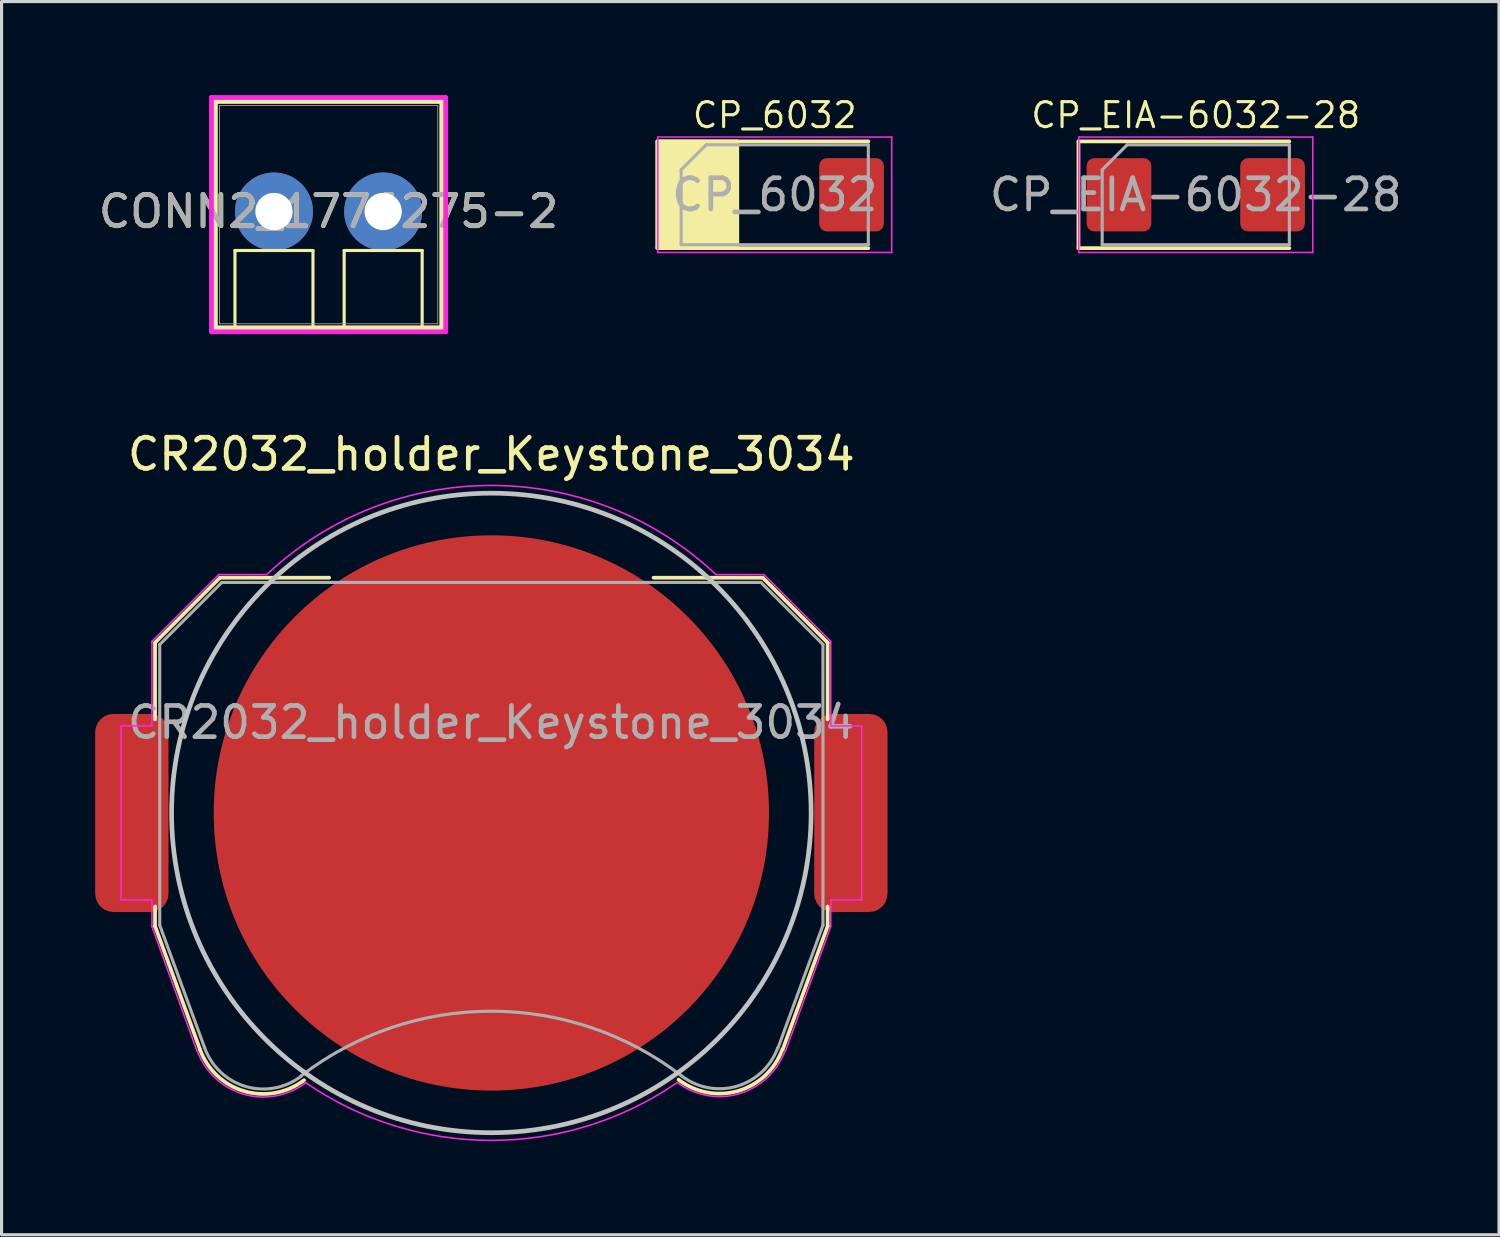
<source format=kicad_pcb>
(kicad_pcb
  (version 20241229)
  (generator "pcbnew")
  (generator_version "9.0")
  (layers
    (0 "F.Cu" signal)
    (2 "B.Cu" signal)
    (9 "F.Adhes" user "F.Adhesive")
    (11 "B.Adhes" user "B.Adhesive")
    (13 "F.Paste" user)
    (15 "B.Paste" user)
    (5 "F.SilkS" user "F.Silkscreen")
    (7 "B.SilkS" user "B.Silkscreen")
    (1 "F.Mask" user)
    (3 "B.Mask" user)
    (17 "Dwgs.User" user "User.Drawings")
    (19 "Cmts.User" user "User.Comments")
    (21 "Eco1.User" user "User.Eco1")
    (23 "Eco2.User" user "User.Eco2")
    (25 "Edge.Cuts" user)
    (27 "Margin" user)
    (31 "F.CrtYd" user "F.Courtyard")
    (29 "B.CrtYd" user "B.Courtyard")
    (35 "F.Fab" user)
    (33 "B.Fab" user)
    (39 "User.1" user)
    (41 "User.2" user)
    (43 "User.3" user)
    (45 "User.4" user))
  (footprint "CR2032_holder_Keystone_3034"
    (layer "F.Cu")
    (at 12.7 23.009)
    (property "Reference" "CR2032_holder_Keystone_3034" (at 0 -11.5 0) (layer "F.SilkS") (effects (font (size 1 1) (thickness 0.15))))
    (attr smd)
    (fp_line (start -10.78 -5.46) (end -10.78 -3) (stroke (width 0.12) (type solid)) (layer "F.SilkS"))
    (fp_line (start -10.78 3) (end -10.78 3.63) (stroke (width 0.12) (type solid)) (layer "F.SilkS"))
    (fp_line (start -10.78 3.63) (end -9.34 7.58) (stroke (width 0.12) (type solid)) (layer "F.SilkS"))
    (fp_line (start -8.7 -7.54) (end -10.78 -5.46) (stroke (width 0.12) (type solid)) (layer "F.SilkS"))
    (fp_line (start -5.2 -7.54) (end -8.7 -7.54) (stroke (width 0.12) (type solid)) (layer "F.SilkS"))
    (fp_line (start 8.7 -7.54) (end 5.2 -7.54) (stroke (width 0.12) (type solid)) (layer "F.SilkS"))
    (fp_line (start 8.7 -7.54) (end 10.78 -5.46) (stroke (width 0.12) (type solid)) (layer "F.SilkS"))
    (fp_line (start 10.78 -5.46) (end 10.78 -3) (stroke (width 0.12) (type solid)) (layer "F.SilkS"))
    (fp_line (start 10.78 3) (end 10.78 3.63) (stroke (width 0.12) (type solid)) (layer "F.SilkS"))
    (fp_line (start 10.78 3.63) (end 9.34 7.58) (stroke (width 0.12) (type solid)) (layer "F.SilkS"))
    (fp_arc (start -6.003354 8.56653) (mid -7.921654 8.918738) (end -9.34 7.58) (stroke (width 0.12) (type solid)) (layer "F.SilkS"))
    (fp_arc (start 9.325243 7.588169) (mid 7.90634 8.911668) (end 6 8.55) (stroke (width 0.12) (type solid)) (layer "F.SilkS"))
    (fp_circle (center 0 0) (end 0 10.25) (stroke (width 0.15) (type solid)) (fill no) (layer "Dwgs.User"))
    (fp_line (start -11.87 -2.79) (end -11.87 2.79) (stroke (width 0.05) (type solid)) (layer "F.CrtYd"))
    (fp_line (start -11.87 2.79) (end -10.88 2.79) (stroke (width 0.05) (type solid)) (layer "F.CrtYd"))
    (fp_line (start -10.88 -5.5) (end -10.88 -2.79) (stroke (width 0.05) (type solid)) (layer "F.CrtYd"))
    (fp_line (start -10.88 -2.79) (end -11.87 -2.79) (stroke (width 0.05) (type solid)) (layer "F.CrtYd"))
    (fp_line (start -10.88 2.79) (end -10.88 3.64) (stroke (width 0.05) (type solid)) (layer "F.CrtYd"))
    (fp_line (start -10.88 3.64) (end -9.44 7.62) (stroke (width 0.05) (type solid)) (layer "F.CrtYd"))
    (fp_line (start -8.74 -7.64) (end -10.88 -5.5) (stroke (width 0.05) (type solid)) (layer "F.CrtYd"))
    (fp_line (start -7.2 -7.64) (end -8.74 -7.64) (stroke (width 0.05) (type solid)) (layer "F.CrtYd"))
    (fp_line (start 8.74 -7.64) (end 7.2 -7.64) (stroke (width 0.05) (type solid)) (layer "F.CrtYd"))
    (fp_line (start 9.43 7.63) (end 10.88 3.64) (stroke (width 0.05) (type solid)) (layer "F.CrtYd"))
    (fp_line (start 10.88 -5.5) (end 8.74 -7.64) (stroke (width 0.05) (type solid)) (layer "F.CrtYd"))
    (fp_line (start 10.88 -2.79) (end 10.88 -5.5) (stroke (width 0.05) (type solid)) (layer "F.CrtYd"))
    (fp_line (start 10.88 2.79) (end 11.87 2.79) (stroke (width 0.05) (type solid)) (layer "F.CrtYd"))
    (fp_line (start 10.88 3.64) (end 10.88 2.79) (stroke (width 0.05) (type solid)) (layer "F.CrtYd"))
    (fp_line (start 11.87 -2.79) (end 10.88 -2.79) (stroke (width 0.05) (type solid)) (layer "F.CrtYd"))
    (fp_line (start 11.87 2.79) (end 11.87 -2.79) (stroke (width 0.05) (type solid)) (layer "F.CrtYd"))
    (fp_arc (start -7.199546 -7.640427) (mid 0.000312 -10.498075) (end 7.2 -7.64) (stroke (width 0.05) (type solid)) (layer "F.CrtYd"))
    (fp_arc (start -5.956965 8.654604) (mid -7.953941 9.011629) (end -9.43 7.62) (stroke (width 0.05) (type solid)) (layer "F.CrtYd"))
    (fp_arc (start 5.945368 8.650075) (mid -0.008883 10.496243) (end -5.96 8.64) (stroke (width 0.05) (type solid)) (layer "F.CrtYd"))
    (fp_arc (start 9.415144 7.621341) (mid 7.944017 9.000493) (end 5.96 8.64) (stroke (width 0.05) (type solid)) (layer "F.CrtYd"))
    (fp_line (start -10.63 -5.4) (end -8.64 -7.39) (stroke (width 0.1) (type solid)) (layer "F.Fab"))
    (fp_line (start -10.63 3.6) (end -10.63 -5.4) (stroke (width 0.1) (type solid)) (layer "F.Fab"))
    (fp_line (start -9.19 7.53) (end -10.63 3.6) (stroke (width 0.1) (type solid)) (layer "F.Fab"))
    (fp_line (start -8.64 -7.39) (end 8.64 -7.39) (stroke (width 0.1) (type solid)) (layer "F.Fab"))
    (fp_line (start 8.64 -7.39) (end 10.63 -5.4) (stroke (width 0.1) (type solid)) (layer "F.Fab"))
    (fp_line (start 10.63 -5.4) (end 10.63 3.6) (stroke (width 0.1) (type solid)) (layer "F.Fab"))
    (fp_line (start 10.63 3.6) (end 9.19 7.53) (stroke (width 0.1) (type solid)) (layer "F.Fab"))
    (fp_arc (start -6.096146 8.438508) (mid -7.87328 8.768206) (end -9.19 7.53) (stroke (width 0.1) (type solid)) (layer "F.Fab"))
    (fp_arc (start -6.094852 8.426043) (mid 0.003247 6.355257) (end 6.1 8.43) (stroke (width 0.1) (type solid)) (layer "F.Fab"))
    (fp_arc (start 9.180727 7.528882) (mid 7.868698 8.760067) (end 6.1 8.43) (stroke (width 0.1) (type solid)) (layer "F.Fab"))
    (fp_text user "${REFERENCE}" (at 0 -2.9 0) (layer "F.Fab") (effects (font (size 1 1) (thickness 0.15))))
    (pad "1" smd roundrect (at -11.525 0) (size 2.35 6.35) (layers "F.Cu" "F.Mask" "F.Paste") (roundrect_rratio 0.25))
    (pad "1" smd roundrect (at 11.525 0) (size 2.35 6.35) (layers "F.Cu" "F.Mask" "F.Paste") (roundrect_rratio 0.25))
    (pad "2" smd circle (at 0 0) (size 17.8 17.8) (layers "F.Cu" "F.Mask")))
  (footprint "CP_6032"
    (layer "F.Cu")
    (at 21.784 3.193)
    (property "Reference" "CP_6032" (at 0 -2.55 0) (layer "F.SilkS") (effects (font (size 0.8 0.8) (thickness 0.1))))
    (attr smd)
    (fp_line (start -3.76 -1.71) (end -3.76 1.71) (stroke (width 0.12) (type solid)) (layer "F.SilkS"))
    (fp_line (start -3.76 1.71) (end 3 1.71) (stroke (width 0.12) (type solid)) (layer "F.SilkS"))
    (fp_line (start 3 -1.71) (end -3.76 -1.71) (stroke (width 0.12) (type solid)) (layer "F.SilkS"))
    (fp_rect (start -3.76 -1.71) (end -1.2 1.71) (stroke (width 0.12) (type solid)) (fill yes) (layer "F.SilkS"))
    (fp_line (start -3.75 -1.85) (end 3.75 -1.85) (stroke (width 0.05) (type solid)) (layer "F.CrtYd"))
    (fp_line (start -3.75 1.85) (end -3.75 -1.85) (stroke (width 0.05) (type solid)) (layer "F.CrtYd"))
    (fp_line (start 3.75 -1.85) (end 3.75 1.85) (stroke (width 0.05) (type solid)) (layer "F.CrtYd"))
    (fp_line (start 3.75 1.85) (end -3.75 1.85) (stroke (width 0.05) (type solid)) (layer "F.CrtYd"))
    (fp_line (start -3 -0.8) (end -3 1.6) (stroke (width 0.1) (type solid)) (layer "F.Fab"))
    (fp_line (start -3 1.6) (end 3 1.6) (stroke (width 0.1) (type solid)) (layer "F.Fab"))
    (fp_line (start -2.2 -1.6) (end -3 -0.8) (stroke (width 0.1) (type solid)) (layer "F.Fab"))
    (fp_line (start 3 -1.6) (end -2.2 -1.6) (stroke (width 0.1) (type solid)) (layer "F.Fab"))
    (fp_line (start 3 1.6) (end 3 -1.6) (stroke (width 0.1) (type solid)) (layer "F.Fab"))
    (fp_text user "${REFERENCE}" (at 0 0 0) (layer "F.Fab") (effects (font (size 1 1) (thickness 0.15))))
    (pad "1" smd roundrect (at -2.462 0) (size 2.075 2.35) (layers "F.Cu" "F.Mask" "F.Paste") (roundrect_rratio 0.12))
    (pad "2" smd roundrect (at 2.462 0) (size 2.075 2.35) (layers "F.Cu" "F.Mask" "F.Paste") (roundrect_rratio 0.12)))
  (footprint "CONN2_1776275-2"
    (layer "F.Cu")
    (at 5.732 3.73)
    (property "Reference" "CONN2_1776275-2" (at 1.75 0 0) (unlocked yes) (layer "F.SilkS") (effects (font (size 1 1) (thickness 0.15))))
    (attr through_hole)
    (fp_line (start -1.877 -3.527) (end -1.877 3.727) (stroke (width 0.152) (type solid)) (layer "F.SilkS"))
    (fp_line (start -1.877 3.727) (end 5.377 3.727) (stroke (width 0.152) (type solid)) (layer "F.SilkS"))
    (fp_line (start -1.25 1.25) (end 1.25 1.25) (stroke (width 0.1) (type default)) (layer "F.SilkS"))
    (fp_line (start -1.25 3.725) (end -1.25 1.25) (stroke (width 0.1) (type default)) (layer "F.SilkS"))
    (fp_line (start 1.25 1.25) (end 1.25 3.725) (stroke (width 0.1) (type default)) (layer "F.SilkS"))
    (fp_line (start 2.25 1.25) (end 4.75 1.25) (stroke (width 0.1) (type default)) (layer "F.SilkS"))
    (fp_line (start 2.25 3.725) (end 2.25 1.25) (stroke (width 0.1) (type default)) (layer "F.SilkS"))
    (fp_line (start 4.75 1.25) (end 4.75 3.725) (stroke (width 0.1) (type default)) (layer "F.SilkS"))
    (fp_line (start 5.377 -3.527) (end -1.877 -3.527) (stroke (width 0.152) (type solid)) (layer "F.SilkS"))
    (fp_line (start 5.377 3.727) (end 5.377 -3.527) (stroke (width 0.152) (type solid)) (layer "F.SilkS"))
    (fp_line (start -2.004 -3.654) (end -2.004 3.854) (stroke (width 0.152) (type solid)) (layer "F.CrtYd"))
    (fp_line (start -2.004 3.854) (end 5.504 3.854) (stroke (width 0.152) (type solid)) (layer "F.CrtYd"))
    (fp_line (start 5.504 -3.654) (end -2.004 -3.654) (stroke (width 0.152) (type solid)) (layer "F.CrtYd"))
    (fp_line (start 5.504 3.854) (end 5.504 -3.654) (stroke (width 0.152) (type solid)) (layer "F.CrtYd"))
    (fp_line (start -1.75 -3.4) (end -1.75 3.6) (stroke (width 0.025) (type solid)) (layer "F.Fab"))
    (fp_line (start -1.75 3.6) (end 5.25 3.6) (stroke (width 0.025) (type solid)) (layer "F.Fab"))
    (fp_line (start 5.25 -3.4) (end -1.75 -3.4) (stroke (width 0.025) (type solid)) (layer "F.Fab"))
    (fp_line (start 5.25 3.6) (end 5.25 -3.4) (stroke (width 0.025) (type solid)) (layer "F.Fab"))
    (fp_text user "${REFERENCE}" (at 1.75 0 0) (unlocked yes) (layer "F.Fab") (effects (font (size 1 1) (thickness 0.15))))
    (pad "1" thru_hole circle (at -0.000001 0) (size 2.5 2.5) (drill 1.194) (layers "*.Cu" "*.Mask"))
    (pad "2" thru_hole circle (at 3.5 0) (size 2.5 2.5) (drill 1.194) (layers "*.Cu" "*.Mask")))
  (footprint "CP_EIA-6032-28"
    (layer "F.Cu")
    (at 35.28 3.193)
    (property "Reference" "CP_EIA-6032-28" (at 0 -2.55 0) (layer "F.SilkS") (effects (font (size 0.8 0.8) (thickness 0.1))))
    (attr smd)
    (fp_line (start -3.76 -1.71) (end -3.76 1.71) (stroke (width 0.12) (type solid)) (layer "F.SilkS"))
    (fp_line (start -3.76 1.71) (end 3 1.71) (stroke (width 0.12) (type solid)) (layer "F.SilkS"))
    (fp_line (start 3 -1.71) (end -3.76 -1.71) (stroke (width 0.12) (type solid)) (layer "F.SilkS"))
    (fp_line (start -3.75 -1.85) (end 3.75 -1.85) (stroke (width 0.05) (type solid)) (layer "F.CrtYd"))
    (fp_line (start -3.75 1.85) (end -3.75 -1.85) (stroke (width 0.05) (type solid)) (layer "F.CrtYd"))
    (fp_line (start 3.75 -1.85) (end 3.75 1.85) (stroke (width 0.05) (type solid)) (layer "F.CrtYd"))
    (fp_line (start 3.75 1.85) (end -3.75 1.85) (stroke (width 0.05) (type solid)) (layer "F.CrtYd"))
    (fp_line (start -3 -0.8) (end -3 1.6) (stroke (width 0.1) (type solid)) (layer "F.Fab"))
    (fp_line (start -3 1.6) (end 3 1.6) (stroke (width 0.1) (type solid)) (layer "F.Fab"))
    (fp_line (start -2.2 -1.6) (end -3 -0.8) (stroke (width 0.1) (type solid)) (layer "F.Fab"))
    (fp_line (start 3 -1.6) (end -2.2 -1.6) (stroke (width 0.1) (type solid)) (layer "F.Fab"))
    (fp_line (start 3 1.6) (end 3 -1.6) (stroke (width 0.1) (type solid)) (layer "F.Fab"))
    (fp_text user "${REFERENCE}" (at 0 0 0) (layer "F.Fab") (effects (font (size 1 1) (thickness 0.15))))
    (pad "1" smd roundrect (at -2.462 0) (size 2.075 2.35) (layers "F.Cu" "F.Mask" "F.Paste") (roundrect_rratio 0.12))
    (pad "2" smd roundrect (at 2.462 0) (size 2.075 2.35) (layers "F.Cu" "F.Mask" "F.Paste") (roundrect_rratio 0.12)))
  (gr_rect
    (start -3 -3)
    (end 45 36.53)
    (stroke (width 0.1) (type default))
    (fill no)
    (layer "Edge.Cuts")))
</source>
